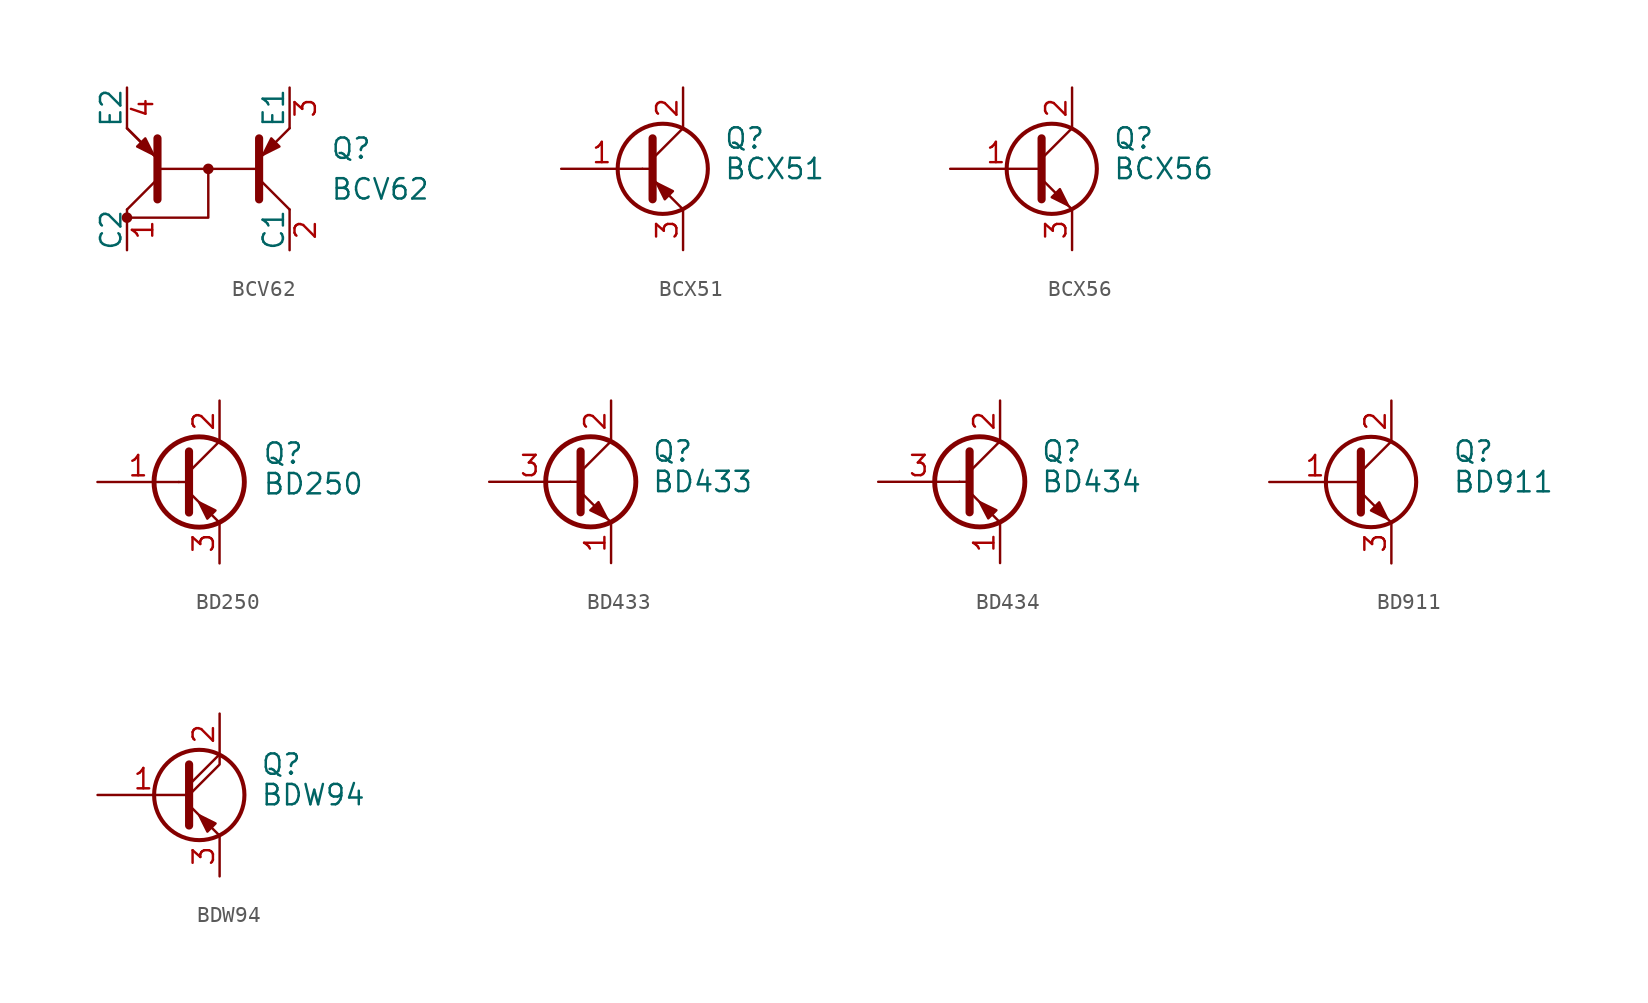
<source format=kicad_sym>
(kicad_symbol_lib
  (version 20201005)
  (generator kicad_symbol_editor)
  (symbol "BCV62"
    (pin_names
      (offset 0))
    (property "Reference" "Q"
      (at 7.62 1.27 0)
      (effects (font (size 1.27 1.27)) (justify left)))
    (property "Value" "BCV62"
      (at 7.62 -1.27 0)
      (effects (font (size 1.27 1.27)) (justify left)))
    (symbol "BCV62_0_1"
      (circle (center -5.08 -3.048) (radius 0.254) (stroke (width 0)) (fill (type outline)))
      (circle (center 0 0) (radius 0.254) (stroke (width 0)) (fill (type outline)))
      (polyline (pts (xy -5.08 -2.54) (xy -3.175 -0.635)) (stroke (width 0)) (fill (type none)))
      (polyline (pts (xy -5.08 2.54) (xy -3.175 0.635)) (stroke (width 0)) (fill (type none)))
      (polyline (pts (xy -5.08 2.54) (xy -3.175 0.635)) (stroke (width 0)) (fill (type none)))
      (polyline (pts (xy 3.175 0) (xy -3.175 0)) (stroke (width 0)) (fill (type none)))
      (polyline (pts (xy 5.08 -2.54) (xy 3.175 -0.635)) (stroke (width 0)) (fill (type none)))
      (polyline (pts (xy 5.08 2.54) (xy 3.175 0.635)) (stroke (width 0)) (fill (type none)))
      (polyline (pts (xy -3.175 -1.905) (xy -3.175 1.905) (xy -3.175 1.905)) (stroke (width 0.508)) (fill (type outline)))
      (polyline (pts (xy 0 0) (xy 0 -3.048) (xy -5.08 -3.048)) (stroke (width 0)) (fill (type none)))
      (polyline (pts (xy 3.175 -1.905) (xy 3.175 1.905) (xy 3.175 1.905)) (stroke (width 0.508)) (fill (type outline)))
      (polyline (pts (xy -3.937 1.905) (xy -4.445 1.397) (xy -3.429 0.889) (xy -3.937 1.905) (xy -3.937 1.905)) (stroke (width 0)) (fill (type outline)))
      (polyline (pts (xy 3.937 1.905) (xy 4.445 1.397) (xy 3.429 0.889) (xy 3.937 1.905) (xy 3.937 1.905)) (stroke (width 0)) (fill (type outline))))
    (symbol "BCV62_1_1"
      (pin passive line (at -5.08 -5.08 90) (length 2.54) (name "C2" (effects (font (size 1.27 1.27)))) (number "1" (effects (font (size 1.27 1.27)))))
      (pin passive line (at 5.08 -5.08 90) (length 2.54) (name "C1" (effects (font (size 1.27 1.27)))) (number "2" (effects (font (size 1.27 1.27)))))
      (pin passive line (at 5.08 5.08 270) (length 2.54) (name "E1" (effects (font (size 1.27 1.27)))) (number "3" (effects (font (size 1.27 1.27)))))
      (pin passive line (at -5.08 5.08 270) (length 2.54) (name "E2" (effects (font (size 1.27 1.27)))) (number "4" (effects (font (size 1.27 1.27)))))))
  (symbol "BCX51"
    (pin_names
      (offset 0) hide)
    (property "Reference" "Q"
      (at 5.08 1.905 0)
      (effects (font (size 1.27 1.27)) (justify left)))
    (property "Value" "BCX51"
      (at 5.08 0 0)
      (effects (font (size 1.27 1.27)) (justify left)))
    (symbol "BCX51_0_1"
      (circle (center 1.27 0) (radius 2.819) (stroke (width 0.254)) (fill (type none)))
      (polyline (pts (xy 0 0) (xy 0.635 0)) (stroke (width 0)) (fill (type none)))
      (polyline (pts (xy 2.54 -2.54) (xy 0.635 -0.635)) (stroke (width 0)) (fill (type none)))
      (polyline (pts (xy 2.54 2.54) (xy 0.635 0.635)) (stroke (width 0)) (fill (type none)))
      (polyline (pts (xy 0.635 1.905) (xy 0.635 -1.905) (xy 0.635 -1.905)) (stroke (width 0.508)) (fill (type outline)))
      (polyline (pts (xy 1.397 -1.905) (xy 1.905 -1.397) (xy 0.889 -0.889) (xy 1.397 -1.905) (xy 1.397 -1.905)) (stroke (width 0)) (fill (type outline))))
    (symbol "BCX51_1_1"
      (pin input line (at -5.08 0 0) (length 5.08) (name "B" (effects (font (size 1.27 1.27)))) (number "1" (effects (font (size 1.27 1.27)))))
      (pin passive line (at 2.54 5.08 270) (length 2.54) (name "C" (effects (font (size 1.27 1.27)))) (number "2" (effects (font (size 1.27 1.27)))))
      (pin passive line (at 2.54 -5.08 90) (length 2.54) (name "E" (effects (font (size 1.27 1.27)))) (number "3" (effects (font (size 1.27 1.27)))))))
  (symbol "BCX56"
    (pin_names
      (offset 0) hide)
    (property "Reference" "Q"
      (at 5.08 1.905 0)
      (effects (font (size 1.27 1.27)) (justify left)))
    (property "Value" "BCX56"
      (at 5.08 0 0)
      (effects (font (size 1.27 1.27)) (justify left)))
    (symbol "BCX56_0_1"
      (circle (center 1.27 0) (radius 2.819) (stroke (width 0.254)) (fill (type none)))
      (polyline (pts (xy 0.635 0.635) (xy 2.54 2.54)) (stroke (width 0)) (fill (type none)))
      (polyline (pts (xy 0.635 -0.635) (xy 2.54 -2.54) (xy 2.54 -2.54)) (stroke (width 0)) (fill (type none)))
      (polyline (pts (xy 0.635 1.905) (xy 0.635 -1.905) (xy 0.635 -1.905)) (stroke (width 0.508)) (fill (type none)))
      (polyline (pts (xy 1.27 -1.778) (xy 1.778 -1.27) (xy 2.286 -2.286) (xy 1.27 -1.778) (xy 1.27 -1.778)) (stroke (width 0)) (fill (type outline))))
    (symbol "BCX56_1_1"
      (pin input line (at -5.08 0 0) (length 5.715) (name "B" (effects (font (size 1.27 1.27)))) (number "1" (effects (font (size 1.27 1.27)))))
      (pin passive line (at 2.54 5.08 270) (length 2.54) (name "C" (effects (font (size 1.27 1.27)))) (number "2" (effects (font (size 1.27 1.27)))))
      (pin passive line (at 2.54 -5.08 90) (length 2.54) (name "E" (effects (font (size 1.27 1.27)))) (number "3" (effects (font (size 1.27 1.27)))))))
  (symbol "BD250"
    (pin_names
      (offset 0) hide)
    (property "Reference" "Q"
      (at 5.207 1.778 0)
      (effects (font (size 1.27 1.27)) (justify left)))
    (property "Value" "BD250"
      (at 5.207 -0.127 0)
      (effects (font (size 1.27 1.27)) (justify left)))
    (symbol "BD250_0_1"
      (circle (center 1.27 0) (radius 2.819) (stroke (width 0.305)) (fill (type none)))
      (polyline (pts (xy 0 0) (xy 0.635 0)) (stroke (width 0)) (fill (type none)))
      (polyline (pts (xy 2.54 2.54) (xy 0.635 0.635)) (stroke (width 0)) (fill (type none)))
      (polyline (pts (xy 0.635 -0.635) (xy 2.54 -2.54) (xy 2.54 -2.54)) (stroke (width 0)) (fill (type none)))
      (polyline (pts (xy 0.635 1.905) (xy 0.635 -1.905) (xy 0.635 -1.905)) (stroke (width 0.508)) (fill (type none)))
      (polyline (pts (xy 1.778 -2.286) (xy 2.286 -1.778) (xy 1.27 -1.27) (xy 1.778 -2.286) (xy 1.778 -2.286)) (stroke (width 0)) (fill (type outline))))
    (symbol "BD250_1_1"
      (pin input line (at -5.08 0 0) (length 5.08) (name "B" (effects (font (size 1.27 1.27)))) (number "1" (effects (font (size 1.27 1.27)))))
      (pin passive line (at 2.54 5.08 270) (length 2.54) (name "C" (effects (font (size 1.27 1.27)))) (number "2" (effects (font (size 1.27 1.27)))))
      (pin passive line (at 2.54 -5.08 90) (length 2.54) (name "E" (effects (font (size 1.27 1.27)))) (number "3" (effects (font (size 1.27 1.27)))))))
  (symbol "BD433"
    (pin_names
      (offset 0) hide)
    (property "Reference" "Q"
      (at 5.08 1.905 0)
      (effects (font (size 1.27 1.27)) (justify left)))
    (property "Value" "BD433"
      (at 5.08 0 0)
      (effects (font (size 1.27 1.27)) (justify left)))
    (symbol "BD433_0_1"
      (circle (center 1.27 0) (radius 2.819) (stroke (width 0.305)) (fill (type none)))
      (polyline (pts (xy 0 0) (xy 0.635 0)) (stroke (width 0)) (fill (type none)))
      (polyline (pts (xy 2.54 -2.54) (xy 0.635 -0.635)) (stroke (width 0)) (fill (type none)))
      (polyline (pts (xy 2.54 2.54) (xy 0.635 0.635)) (stroke (width 0)) (fill (type none)))
      (polyline (pts (xy 0.635 1.905) (xy 0.635 -1.905) (xy 0.635 -1.905)) (stroke (width 0.508)) (fill (type outline)))
      (polyline (pts (xy 1.245 -1.778) (xy 1.753 -1.27) (xy 2.286 -2.286) (xy 1.245 -1.778) (xy 1.245 -1.778)) (stroke (width 0)) (fill (type outline))))
    (symbol "BD433_1_1"
      (pin passive line (at 2.54 -5.08 90) (length 2.54) (name "E" (effects (font (size 1.27 1.27)))) (number "1" (effects (font (size 1.27 1.27)))))
      (pin passive line (at 2.54 5.08 270) (length 2.54) (name "C" (effects (font (size 1.27 1.27)))) (number "2" (effects (font (size 1.27 1.27)))))
      (pin input line (at -5.08 0 0) (length 5.08) (name "B" (effects (font (size 1.27 1.27)))) (number "3" (effects (font (size 1.27 1.27)))))))
  (symbol "BD434"
    (pin_names
      (offset 0) hide)
    (property "Reference" "Q"
      (at 5.08 1.905 0)
      (effects (font (size 1.27 1.27)) (justify left)))
    (property "Value" "BD434"
      (at 5.08 0 0)
      (effects (font (size 1.27 1.27)) (justify left)))
    (symbol "BD434_0_1"
      (circle (center 1.27 0) (radius 2.819) (stroke (width 0.305)) (fill (type none)))
      (polyline (pts (xy 0 0) (xy 0.635 0)) (stroke (width 0)) (fill (type none)))
      (polyline (pts (xy 2.54 -2.54) (xy 0.635 -0.635)) (stroke (width 0)) (fill (type none)))
      (polyline (pts (xy 2.54 2.54) (xy 0.635 0.635)) (stroke (width 0)) (fill (type none)))
      (polyline (pts (xy 0.635 1.905) (xy 0.635 -1.905) (xy 0.635 -1.905)) (stroke (width 0.508)) (fill (type outline)))
      (polyline (pts (xy 2.311 -1.778) (xy 1.803 -2.286) (xy 1.27 -1.27) (xy 2.311 -1.778) (xy 2.311 -1.778)) (stroke (width 0)) (fill (type outline))))
    (symbol "BD434_1_1"
      (pin passive line (at 2.54 -5.08 90) (length 2.54) (name "E" (effects (font (size 1.27 1.27)))) (number "1" (effects (font (size 1.27 1.27)))))
      (pin passive line (at 2.54 5.08 270) (length 2.54) (name "C" (effects (font (size 1.27 1.27)))) (number "2" (effects (font (size 1.27 1.27)))))
      (pin input line (at -5.08 0 0) (length 5.08) (name "B" (effects (font (size 1.27 1.27)))) (number "3" (effects (font (size 1.27 1.27)))))))
  (symbol "BD911"
    (pin_names
      (offset 0) hide)
    (property "Reference" "Q"
      (at 6.35 1.905 0)
      (effects (font (size 1.27 1.27)) (justify left)))
    (property "Value" "BD911"
      (at 6.35 0 0)
      (effects (font (size 1.27 1.27)) (justify left)))
    (symbol "BD911_0_1"
      (circle (center 1.27 0) (radius 2.819) (stroke (width 0.254)) (fill (type none)))
      (polyline (pts (xy 0.635 0.635) (xy 2.54 2.54)) (stroke (width 0)) (fill (type none)))
      (polyline (pts (xy 0.635 -0.635) (xy 2.54 -2.54) (xy 2.54 -2.54)) (stroke (width 0)) (fill (type none)))
      (polyline (pts (xy 0.635 1.905) (xy 0.635 -1.905) (xy 0.635 -1.905)) (stroke (width 0.508)) (fill (type none)))
      (polyline (pts (xy 1.27 -1.778) (xy 1.778 -1.27) (xy 2.286 -2.286) (xy 1.27 -1.778) (xy 1.27 -1.778)) (stroke (width 0)) (fill (type outline))))
    (symbol "BD911_1_1"
      (pin input line (at -5.08 0 0) (length 5.715) (name "B" (effects (font (size 1.27 1.27)))) (number "1" (effects (font (size 1.27 1.27)))))
      (pin passive line (at 2.54 5.08 270) (length 2.54) (name "C" (effects (font (size 1.27 1.27)))) (number "2" (effects (font (size 1.27 1.27)))))
      (pin passive line (at 2.54 -5.08 90) (length 2.54) (name "E" (effects (font (size 1.27 1.27)))) (number "3" (effects (font (size 1.27 1.27)))))))
  (symbol "BDW94"
    (pin_names
      (offset 0) hide)
    (property "Reference" "Q"
      (at 5.08 1.905 0)
      (effects (font (size 1.27 1.27)) (justify left)))
    (property "Value" "BDW94"
      (at 5.08 0 0)
      (effects (font (size 1.27 1.27)) (justify left)))
    (symbol "BDW94_0_1"
      (circle (center 1.27 0) (radius 2.819) (stroke (width 0.254)) (fill (type none)))
      (polyline (pts (xy 0.635 0.635) (xy 2.54 2.54)) (stroke (width 0)) (fill (type none)))
      (polyline (pts (xy 0.635 -0.635) (xy 2.54 -2.54) (xy 2.54 -2.54)) (stroke (width 0)) (fill (type none)))
      (polyline (pts (xy 0.635 0) (xy 2.54 1.905) (xy 2.54 2.54)) (stroke (width 0)) (fill (type none)))
      (polyline (pts (xy 0.635 1.905) (xy 0.635 -1.905) (xy 0.635 -1.905)) (stroke (width 0.508)) (fill (type none)))
      (polyline (pts (xy 2.286 -1.778) (xy 1.778 -2.286) (xy 1.27 -1.27) (xy 2.286 -1.778) (xy 2.286 -1.778)) (stroke (width 0)) (fill (type outline))))
    (symbol "BDW94_1_1"
      (pin input line (at -5.08 0 0) (length 5.715) (name "B" (effects (font (size 1.27 1.27)))) (number "1" (effects (font (size 1.27 1.27)))))
      (pin passive line (at 2.54 5.08 270) (length 2.54) (name "C" (effects (font (size 1.27 1.27)))) (number "2" (effects (font (size 1.27 1.27)))))
      (pin passive line (at 2.54 -5.08 90) (length 2.54) (name "E" (effects (font (size 1.27 1.27)))) (number "3" (effects (font (size 1.27 1.27))))))))
</source>
